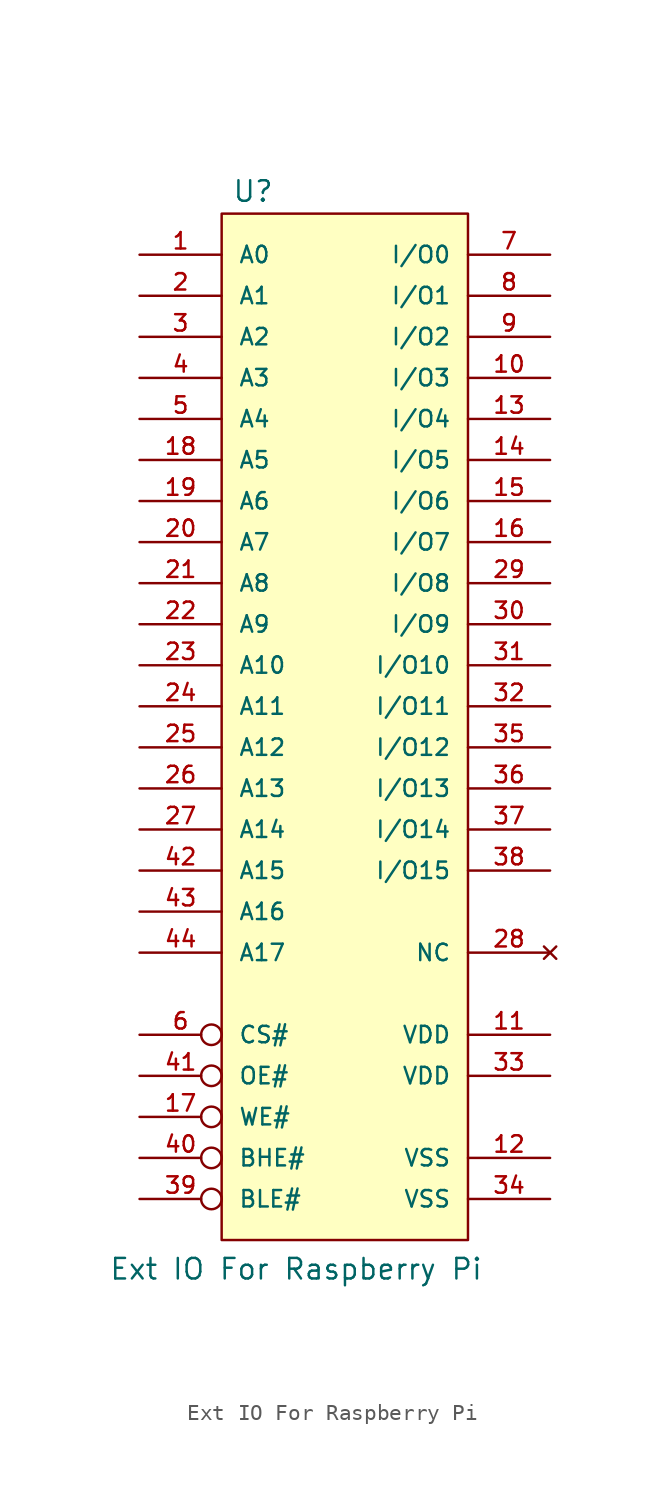
<source format=kicad_sym>
(kicad_symbol_lib
  (version 20211014)
  (generator kicad_symbol_editor)
  (symbol "Ext IO For Raspberry Pi"
    (pin_names
      (offset 1.016))
    (property "Reference" "U"
      (at -6.985 31.115 0)
      (effects (font (size 1.27 1.27)) (justify left bottom)))
    (property "Value" "Ext IO For Raspberry Pi"
      (at -14.605 -35.56 0)
      (effects (font (size 1.27 1.27)) (justify left bottom)))
    (property "Datasheet" ""
      (at 0 0 0)
      (effects (font (size 1.524 1.524))))
    (symbol "Ext IO For Raspberry Pi_0_1"
      (rectangle (start -7.62 -33.02) (end 7.62 30.48) (stroke (width 0) (type default) (color 0 0 0 0)) (fill (type background))))
    (symbol "Ext IO For Raspberry Pi_1_1"
      (pin input line (at -12.7 27.94 0) (length 5.08) (name "A0" (effects (font (size 1.016 1.016)))) (number "1" (effects (font (size 1.016 1.016)))))
      (pin bidirectional line (at 12.7 20.32 180) (length 5.08) (name "I/O3" (effects (font (size 1.016 1.016)))) (number "10" (effects (font (size 1.016 1.016)))))
      (pin power_in line (at 12.7 -20.32 180) (length 5.08) (name "VDD" (effects (font (size 1.016 1.016)))) (number "11" (effects (font (size 1.016 1.016)))))
      (pin power_in line (at 12.7 -27.94 180) (length 5.08) (name "VSS" (effects (font (size 1.016 1.016)))) (number "12" (effects (font (size 1.016 1.016)))))
      (pin bidirectional line (at 12.7 17.78 180) (length 5.08) (name "I/O4" (effects (font (size 1.016 1.016)))) (number "13" (effects (font (size 1.016 1.016)))))
      (pin bidirectional line (at 12.7 15.24 180) (length 5.08) (name "I/O5" (effects (font (size 1.016 1.016)))) (number "14" (effects (font (size 1.016 1.016)))))
      (pin bidirectional line (at 12.7 12.7 180) (length 5.08) (name "I/O6" (effects (font (size 1.016 1.016)))) (number "15" (effects (font (size 1.016 1.016)))))
      (pin bidirectional line (at 12.7 10.16 180) (length 5.08) (name "I/O7" (effects (font (size 1.016 1.016)))) (number "16" (effects (font (size 1.016 1.016)))))
      (pin input inverted (at -12.7 -25.4 0) (length 5.08) (name "WE#" (effects (font (size 1.016 1.016)))) (number "17" (effects (font (size 1.016 1.016)))))
      (pin input line (at -12.7 15.24 0) (length 5.08) (name "A5" (effects (font (size 1.016 1.016)))) (number "18" (effects (font (size 1.016 1.016)))))
      (pin input line (at -12.7 12.7 0) (length 5.08) (name "A6" (effects (font (size 1.016 1.016)))) (number "19" (effects (font (size 1.016 1.016)))))
      (pin input line (at -12.7 25.4 0) (length 5.08) (name "A1" (effects (font (size 1.016 1.016)))) (number "2" (effects (font (size 1.016 1.016)))))
      (pin input line (at -12.7 10.16 0) (length 5.08) (name "A7" (effects (font (size 1.016 1.016)))) (number "20" (effects (font (size 1.016 1.016)))))
      (pin input line (at -12.7 7.62 0) (length 5.08) (name "A8" (effects (font (size 1.016 1.016)))) (number "21" (effects (font (size 1.016 1.016)))))
      (pin input line (at -12.7 5.08 0) (length 5.08) (name "A9" (effects (font (size 1.016 1.016)))) (number "22" (effects (font (size 1.016 1.016)))))
      (pin input line (at -12.7 2.54 0) (length 5.08) (name "A10" (effects (font (size 1.016 1.016)))) (number "23" (effects (font (size 1.016 1.016)))))
      (pin input line (at -12.7 0 0) (length 5.08) (name "A11" (effects (font (size 1.016 1.016)))) (number "24" (effects (font (size 1.016 1.016)))))
      (pin input line (at -12.7 -2.54 0) (length 5.08) (name "A12" (effects (font (size 1.016 1.016)))) (number "25" (effects (font (size 1.016 1.016)))))
      (pin input line (at -12.7 -5.08 0) (length 5.08) (name "A13" (effects (font (size 1.016 1.016)))) (number "26" (effects (font (size 1.016 1.016)))))
      (pin input line (at -12.7 -7.62 0) (length 5.08) (name "A14" (effects (font (size 1.016 1.016)))) (number "27" (effects (font (size 1.016 1.016)))))
      (pin no_connect line (at 12.7 -15.24 180) (length 5.08) (name "NC" (effects (font (size 1.016 1.016)))) (number "28" (effects (font (size 1.016 1.016)))))
      (pin bidirectional line (at 12.7 7.62 180) (length 5.08) (name "I/O8" (effects (font (size 1.016 1.016)))) (number "29" (effects (font (size 1.016 1.016)))))
      (pin input line (at -12.7 22.86 0) (length 5.08) (name "A2" (effects (font (size 1.016 1.016)))) (number "3" (effects (font (size 1.016 1.016)))))
      (pin bidirectional line (at 12.7 5.08 180) (length 5.08) (name "I/O9" (effects (font (size 1.016 1.016)))) (number "30" (effects (font (size 1.016 1.016)))))
      (pin bidirectional line (at 12.7 2.54 180) (length 5.08) (name "I/O10" (effects (font (size 1.016 1.016)))) (number "31" (effects (font (size 1.016 1.016)))))
      (pin bidirectional line (at 12.7 0 180) (length 5.08) (name "I/O11" (effects (font (size 1.016 1.016)))) (number "32" (effects (font (size 1.016 1.016)))))
      (pin power_in line (at 12.7 -22.86 180) (length 5.08) (name "VDD" (effects (font (size 1.016 1.016)))) (number "33" (effects (font (size 1.016 1.016)))))
      (pin power_in line (at 12.7 -30.48 180) (length 5.08) (name "VSS" (effects (font (size 1.016 1.016)))) (number "34" (effects (font (size 1.016 1.016)))))
      (pin bidirectional line (at 12.7 -2.54 180) (length 5.08) (name "I/O12" (effects (font (size 1.016 1.016)))) (number "35" (effects (font (size 1.016 1.016)))))
      (pin bidirectional line (at 12.7 -5.08 180) (length 5.08) (name "I/O13" (effects (font (size 1.016 1.016)))) (number "36" (effects (font (size 1.016 1.016)))))
      (pin bidirectional line (at 12.7 -7.62 180) (length 5.08) (name "I/O14" (effects (font (size 1.016 1.016)))) (number "37" (effects (font (size 1.016 1.016)))))
      (pin bidirectional line (at 12.7 -10.16 180) (length 5.08) (name "I/O15" (effects (font (size 1.016 1.016)))) (number "38" (effects (font (size 1.016 1.016)))))
      (pin input inverted (at -12.7 -30.48 0) (length 5.08) (name "BLE#" (effects (font (size 1.016 1.016)))) (number "39" (effects (font (size 1.016 1.016)))))
      (pin input line (at -12.7 20.32 0) (length 5.08) (name "A3" (effects (font (size 1.016 1.016)))) (number "4" (effects (font (size 1.016 1.016)))))
      (pin input inverted (at -12.7 -27.94 0) (length 5.08) (name "BHE#" (effects (font (size 1.016 1.016)))) (number "40" (effects (font (size 1.016 1.016)))))
      (pin input inverted (at -12.7 -22.86 0) (length 5.08) (name "OE#" (effects (font (size 1.016 1.016)))) (number "41" (effects (font (size 1.016 1.016)))))
      (pin input line (at -12.7 -10.16 0) (length 5.08) (name "A15" (effects (font (size 1.016 1.016)))) (number "42" (effects (font (size 1.016 1.016)))))
      (pin input line (at -12.7 -12.7 0) (length 5.08) (name "A16" (effects (font (size 1.016 1.016)))) (number "43" (effects (font (size 1.016 1.016)))))
      (pin input line (at -12.7 -15.24 0) (length 5.08) (name "A17" (effects (font (size 1.016 1.016)))) (number "44" (effects (font (size 1.016 1.016)))))
      (pin input line (at -12.7 17.78 0) (length 5.08) (name "A4" (effects (font (size 1.016 1.016)))) (number "5" (effects (font (size 1.016 1.016)))))
      (pin input inverted (at -12.7 -20.32 0) (length 5.08) (name "CS#" (effects (font (size 1.016 1.016)))) (number "6" (effects (font (size 1.016 1.016)))))
      (pin bidirectional line (at 12.7 27.94 180) (length 5.08) (name "I/O0" (effects (font (size 1.016 1.016)))) (number "7" (effects (font (size 1.016 1.016)))))
      (pin bidirectional line (at 12.7 25.4 180) (length 5.08) (name "I/O1" (effects (font (size 1.016 1.016)))) (number "8" (effects (font (size 1.016 1.016)))))
      (pin bidirectional line (at 12.7 22.86 180) (length 5.08) (name "I/O2" (effects (font (size 1.016 1.016)))) (number "9" (effects (font (size 1.016 1.016))))))))
</source>
